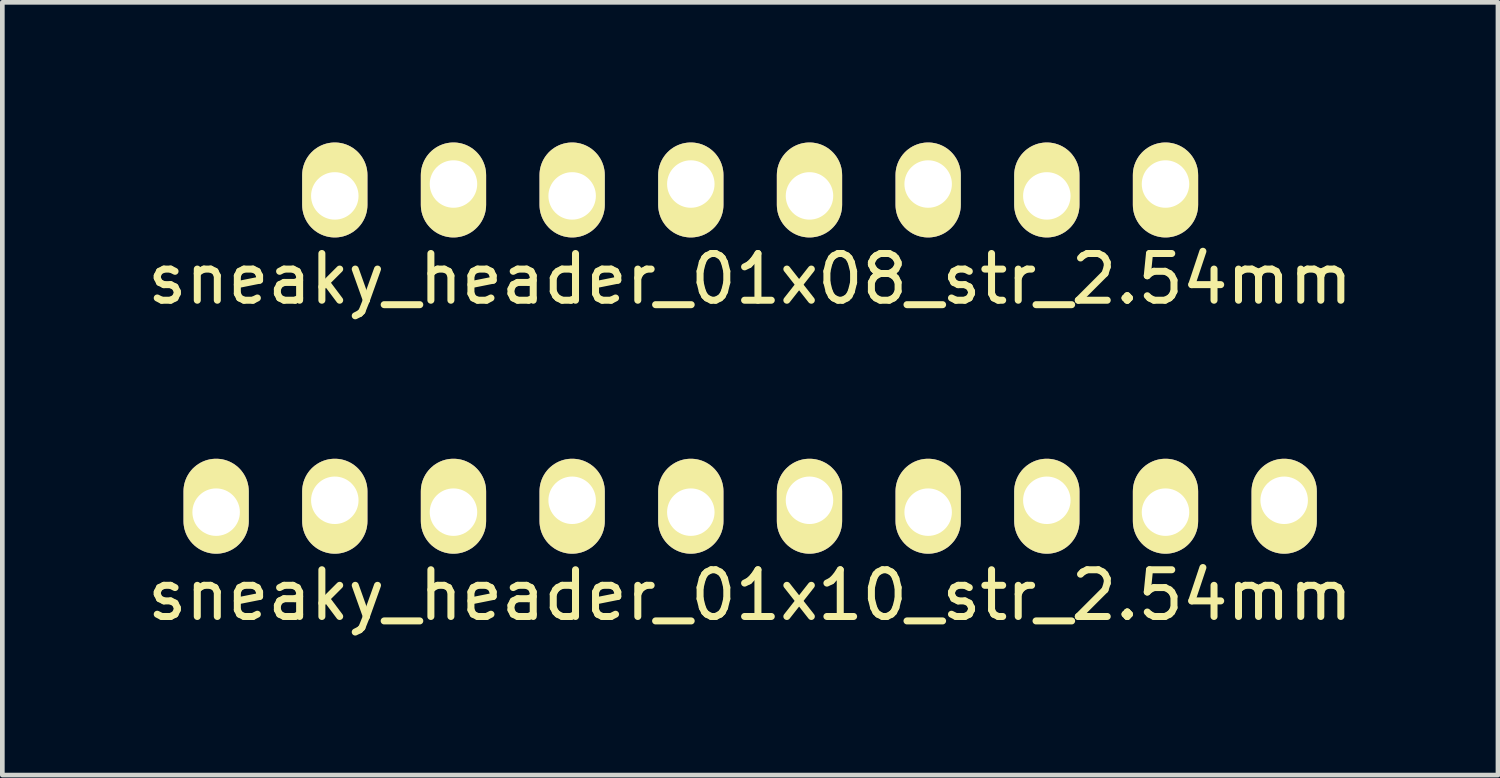
<source format=kicad_pcb>
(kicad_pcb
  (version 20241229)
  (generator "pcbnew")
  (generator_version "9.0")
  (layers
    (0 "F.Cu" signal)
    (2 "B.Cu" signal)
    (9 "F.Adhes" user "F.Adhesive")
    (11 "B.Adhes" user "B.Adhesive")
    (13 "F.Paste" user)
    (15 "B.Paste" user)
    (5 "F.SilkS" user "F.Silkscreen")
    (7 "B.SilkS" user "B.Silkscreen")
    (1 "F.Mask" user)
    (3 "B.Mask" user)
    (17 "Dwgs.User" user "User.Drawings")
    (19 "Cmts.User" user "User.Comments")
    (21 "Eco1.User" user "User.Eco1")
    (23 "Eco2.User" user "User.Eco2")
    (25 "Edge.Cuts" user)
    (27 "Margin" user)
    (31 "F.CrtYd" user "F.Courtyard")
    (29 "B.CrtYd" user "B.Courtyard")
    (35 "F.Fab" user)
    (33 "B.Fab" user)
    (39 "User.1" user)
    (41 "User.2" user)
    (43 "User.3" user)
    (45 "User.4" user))
  (footprint "sneaky_header_01x08_str_2.54mm"
    (layer "F.Cu")
    (at 4.116 1.016)
    (property "Reference" "sneaky_header_01x08_str_2.54mm" (at 8.89 1.905 0) (layer "F.SilkS") (effects (font (size 1 1) (thickness 0.15))))
    (attr through_hole)
    (pad "1" thru_hole oval (at 0 0.127) (size 1.397 2.032) (drill 1.016 (offset 0 -0.127)) (layers "*.Cu" "*.Mask" "F.SilkS"))
    (pad "2" thru_hole oval (at 2.54 -0.127) (size 1.397 2.032) (drill 1.016 (offset 0 0.127)) (layers "*.Cu" "*.Mask" "F.SilkS"))
    (pad "3" thru_hole oval (at 5.08 0.127) (size 1.397 2.032) (drill 1.016 (offset 0 -0.127)) (layers "*.Cu" "*.Mask" "F.SilkS"))
    (pad "4" thru_hole oval (at 7.62 -0.127) (size 1.397 2.032) (drill 1.016 (offset 0 0.127)) (layers "*.Cu" "*.Mask" "F.SilkS"))
    (pad "5" thru_hole oval (at 10.16 0.127) (size 1.397 2.032) (drill 1.016 (offset 0 -0.127)) (layers "*.Cu" "*.Mask" "F.SilkS"))
    (pad "6" thru_hole oval (at 12.7 -0.127) (size 1.397 2.032) (drill 1.016 (offset 0 0.127)) (layers "*.Cu" "*.Mask" "F.SilkS"))
    (pad "7" thru_hole oval (at 15.24 0.127) (size 1.397 2.032) (drill 1.016 (offset 0 -0.127)) (layers "*.Cu" "*.Mask" "F.SilkS"))
    (pad "8" thru_hole oval (at 17.78 -0.127) (size 1.397 2.032) (drill 1.016 (offset 0 0.127)) (layers "*.Cu" "*.Mask" "F.SilkS")))
  (footprint "sneaky_header_01x10_str_2.54mm"
    (layer "F.Cu")
    (at 1.576 7.785)
    (property "Reference" "sneaky_header_01x10_str_2.54mm" (at 11.43 1.905 0) (layer "F.SilkS") (effects (font (size 1 1) (thickness 0.15))))
    (attr through_hole)
    (pad "1" thru_hole oval (at 0 0.127) (size 1.397 2.032) (drill 1.016 (offset 0 -0.127)) (layers "*.Cu" "*.Mask" "F.SilkS"))
    (pad "2" thru_hole oval (at 2.54 -0.127) (size 1.397 2.032) (drill 1.016 (offset 0 0.127)) (layers "*.Cu" "*.Mask" "F.SilkS"))
    (pad "3" thru_hole oval (at 5.08 0.127) (size 1.397 2.032) (drill 1.016 (offset 0 -0.127)) (layers "*.Cu" "*.Mask" "F.SilkS"))
    (pad "4" thru_hole oval (at 7.62 -0.127) (size 1.397 2.032) (drill 1.016 (offset 0 0.127)) (layers "*.Cu" "*.Mask" "F.SilkS"))
    (pad "5" thru_hole oval (at 10.16 0.127) (size 1.397 2.032) (drill 1.016 (offset 0 -0.127)) (layers "*.Cu" "*.Mask" "F.SilkS"))
    (pad "6" thru_hole oval (at 12.7 -0.127) (size 1.397 2.032) (drill 1.016 (offset 0 0.127)) (layers "*.Cu" "*.Mask" "F.SilkS"))
    (pad "7" thru_hole oval (at 15.24 0.127) (size 1.397 2.032) (drill 1.016 (offset 0 -0.127)) (layers "*.Cu" "*.Mask" "F.SilkS"))
    (pad "8" thru_hole oval (at 17.78 -0.127) (size 1.397 2.032) (drill 1.016 (offset 0 0.127)) (layers "*.Cu" "*.Mask" "F.SilkS"))
    (pad "9" thru_hole oval (at 20.32 0.127) (size 1.397 2.032) (drill 1.016 (offset 0 -0.127)) (layers "*.Cu" "*.Mask" "F.SilkS"))
    (pad "10" thru_hole oval (at 22.86 -0.127) (size 1.397 2.032) (drill 1.016 (offset 0 0.127)) (layers "*.Cu" "*.Mask" "F.SilkS")))
  (gr_rect
    (start -3 -3)
    (end 29.012 13.539)
    (stroke (width 0.1) (type default))
    (fill no)
    (layer "Edge.Cuts")))
</source>
